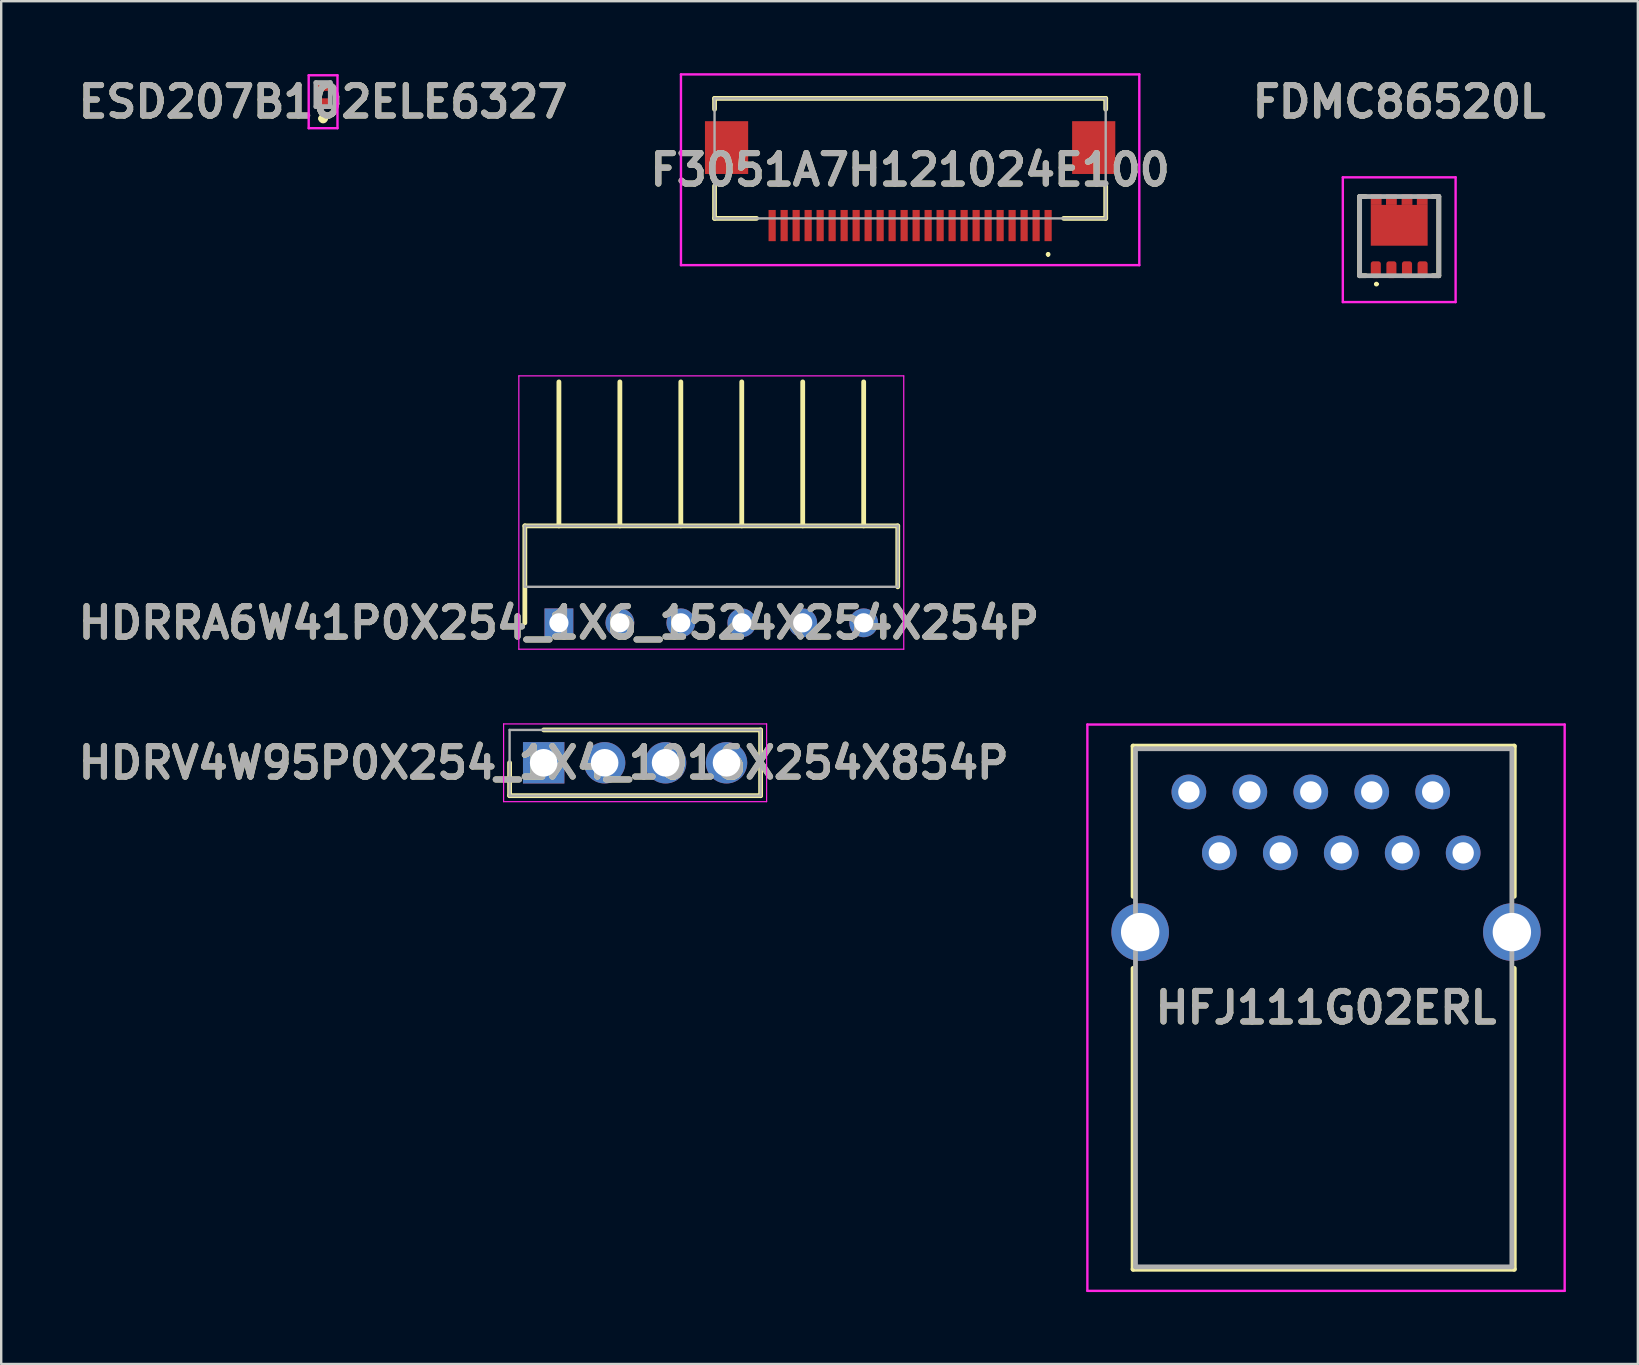
<source format=kicad_pcb>
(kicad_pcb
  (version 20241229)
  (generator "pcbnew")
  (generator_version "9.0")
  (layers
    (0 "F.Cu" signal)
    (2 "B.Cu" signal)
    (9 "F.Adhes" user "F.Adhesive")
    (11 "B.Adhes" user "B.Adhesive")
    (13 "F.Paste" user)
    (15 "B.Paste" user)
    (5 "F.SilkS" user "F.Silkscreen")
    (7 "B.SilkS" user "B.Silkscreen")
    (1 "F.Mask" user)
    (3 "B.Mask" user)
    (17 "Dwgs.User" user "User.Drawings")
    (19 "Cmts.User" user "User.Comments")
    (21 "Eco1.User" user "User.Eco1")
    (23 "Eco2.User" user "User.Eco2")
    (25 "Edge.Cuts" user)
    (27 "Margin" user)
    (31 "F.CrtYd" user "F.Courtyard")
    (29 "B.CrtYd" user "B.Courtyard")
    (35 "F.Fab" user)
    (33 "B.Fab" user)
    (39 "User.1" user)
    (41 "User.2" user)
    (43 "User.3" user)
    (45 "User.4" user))
  (footprint "HDRV4W95P0X254_1X4_1016X254X854P"
    (layer "F.Cu")
    (at 19.606 28.737)
    (property "Reference" "HDRV4W95P0X254_1X4_1016X254X854P" (at 0 0 0) (layer "F.SilkS") (effects (font (size 1.27 1.27) (thickness 0.254))))
    (attr through_hole)
    (fp_line (start -1.42 0) (end -1.42 1.37) (stroke (width 0.2) (type solid)) (layer "F.SilkS"))
    (fp_line (start -1.42 1.37) (end 9.04 1.37) (stroke (width 0.2) (type solid)) (layer "F.SilkS"))
    (fp_line (start 9.04 -1.37) (end 0 -1.37) (stroke (width 0.2) (type solid)) (layer "F.SilkS"))
    (fp_line (start 9.04 1.37) (end 9.04 -1.37) (stroke (width 0.2) (type solid)) (layer "F.SilkS"))
    (fp_line (start -1.67 -1.62) (end 9.29 -1.62) (stroke (width 0.05) (type solid)) (layer "F.CrtYd"))
    (fp_line (start -1.67 1.62) (end -1.67 -1.62) (stroke (width 0.05) (type solid)) (layer "F.CrtYd"))
    (fp_line (start 9.29 -1.62) (end 9.29 1.62) (stroke (width 0.05) (type solid)) (layer "F.CrtYd"))
    (fp_line (start 9.29 1.62) (end -1.67 1.62) (stroke (width 0.05) (type solid)) (layer "F.CrtYd"))
    (fp_line (start -1.42 -1.37) (end 9.04 -1.37) (stroke (width 0.1) (type solid)) (layer "F.Fab"))
    (fp_line (start -1.42 1.37) (end -1.42 -1.37) (stroke (width 0.1) (type solid)) (layer "F.Fab"))
    (fp_line (start 9.04 -1.37) (end 9.04 1.37) (stroke (width 0.1) (type solid)) (layer "F.Fab"))
    (fp_line (start 9.04 1.37) (end -1.42 1.37) (stroke (width 0.1) (type solid)) (layer "F.Fab"))
    (fp_text user "${REFERENCE}" (at 0 0 0) (layer "F.Fab") (effects (font (size 1.27 1.27) (thickness 0.254))))
    (pad "1" thru_hole rect (at 0 0) (size 1.725 1.725) (drill 1.15) (layers "*.Cu" "*.Mask"))
    (pad "2" thru_hole circle (at 2.54 0) (size 1.725 1.725) (drill 1.15) (layers "*.Cu" "*.Mask"))
    (pad "3" thru_hole circle (at 5.08 0) (size 1.725 1.725) (drill 1.15) (layers "*.Cu" "*.Mask"))
    (pad "4" thru_hole circle (at 7.62 0) (size 1.725 1.725) (drill 1.15) (layers "*.Cu" "*.Mask")))
  (footprint "HFJ111G02ERL"
    (layer "F.Cu")
    (at 52.208 29.952)
    (property "Reference" "HFJ111G02ERL" (at 0 8.99 0) (layer "F.SilkS") (effects (font (size 1.27 1.27) (thickness 0.254))))
    (attr through_hole)
    (fp_line (start -8.04 -1.91) (end -8.04 4.35) (stroke (width 0.2) (type solid)) (layer "F.SilkS"))
    (fp_line (start -8.04 19.89) (end -8.04 7.35) (stroke (width 0.2) (type solid)) (layer "F.SilkS"))
    (fp_line (start 7.845 -1.91) (end -8.04 -1.91) (stroke (width 0.2) (type solid)) (layer "F.SilkS"))
    (fp_line (start 7.845 4.35) (end 7.845 -1.91) (stroke (width 0.2) (type solid)) (layer "F.SilkS"))
    (fp_line (start 7.845 7.35) (end 7.845 19.89) (stroke (width 0.2) (type solid)) (layer "F.SilkS"))
    (fp_line (start 7.845 19.89) (end -8.04 19.89) (stroke (width 0.2) (type solid)) (layer "F.SilkS"))
    (fp_line (start -9.945 -2.81) (end 9.945 -2.81) (stroke (width 0.1) (type solid)) (layer "F.CrtYd"))
    (fp_line (start -9.945 20.79) (end -9.945 -2.81) (stroke (width 0.1) (type solid)) (layer "F.CrtYd"))
    (fp_line (start 9.945 -2.81) (end 9.945 20.79) (stroke (width 0.1) (type solid)) (layer "F.CrtYd"))
    (fp_line (start 9.945 20.79) (end -9.945 20.79) (stroke (width 0.1) (type solid)) (layer "F.CrtYd"))
    (fp_line (start -7.94 -1.8) (end 7.745 -1.8) (stroke (width 0.2) (type solid)) (layer "F.Fab"))
    (fp_line (start -7.94 19.79) (end -7.94 -1.8) (stroke (width 0.2) (type solid)) (layer "F.Fab"))
    (fp_line (start 7.745 -1.8) (end 7.745 19.79) (stroke (width 0.2) (type solid)) (layer "F.Fab"))
    (fp_line (start 7.745 19.79) (end -7.94 19.79) (stroke (width 0.2) (type solid)) (layer "F.Fab"))
    (fp_text user "${REFERENCE}" (at 0 8.99 0) (layer "F.Fab") (effects (font (size 1.27 1.27) (thickness 0.254))))
    (pad "" np_thru_hole circle (at -5.715 8.89) (size 0.001 0.001) (drill 3.25) (layers "*.Cu" "*.Mask"))
    (pad "" np_thru_hole circle (at 5.715 8.89) (size 0.001 0.001) (drill 3.25) (layers "*.Cu" "*.Mask"))
    (pad "MH1" thru_hole circle (at -7.745 5.84) (size 2.4 2.4) (drill 1.6) (layers "*.Cu" "*.Mask"))
    (pad "MH2" thru_hole circle (at 7.745 5.84) (size 2.4 2.4) (drill 1.6) (layers "*.Cu" "*.Mask"))
    (pad "P1" thru_hole circle (at -5.715 0) (size 1.446 1.446) (drill 0.89) (layers "*.Cu" "*.Mask"))
    (pad "P2" thru_hole circle (at -4.445 2.54) (size 1.446 1.446) (drill 0.89) (layers "*.Cu" "*.Mask"))
    (pad "P3" thru_hole circle (at -3.175 0) (size 1.446 1.446) (drill 0.89) (layers "*.Cu" "*.Mask"))
    (pad "P4" thru_hole circle (at -1.905 2.54) (size 1.446 1.446) (drill 0.89) (layers "*.Cu" "*.Mask"))
    (pad "P5" thru_hole circle (at -0.635 0) (size 1.446 1.446) (drill 0.89) (layers "*.Cu" "*.Mask"))
    (pad "P6" thru_hole circle (at 0.635 2.54) (size 1.446 1.446) (drill 0.89) (layers "*.Cu" "*.Mask"))
    (pad "P7" thru_hole circle (at 1.905 0) (size 1.446 1.446) (drill 0.89) (layers "*.Cu" "*.Mask"))
    (pad "P8" thru_hole circle (at 3.175 2.54) (size 1.446 1.446) (drill 0.89) (layers "*.Cu" "*.Mask"))
    (pad "P9" thru_hole circle (at 4.445 0) (size 1.446 1.446) (drill 0.89) (layers "*.Cu" "*.Mask"))
    (pad "P10" thru_hole circle (at 5.715 2.54) (size 1.446 1.446) (drill 0.89) (layers "*.Cu" "*.Mask")))
  (footprint "ESD207B102ELE6327"
    (layer "F.Cu")
    (at 10.414 0.892)
    (property "Reference" "ESD207B102ELE6327" (at 0 0.297 0) (layer "F.SilkS") (effects (font (size 1.27 1.27) (thickness 0.254))))
    (attr smd)
    (fp_line (start -0.1 1) (end -0.1 1) (stroke (width 0.2) (type solid)) (layer "F.SilkS"))
    (fp_line (start 0.1 1) (end 0.1 1) (stroke (width 0.2) (type solid)) (layer "F.SilkS"))
    (fp_arc (start -0.1 1) (mid 0 0.9) (end 0.1 1) (stroke (width 0.2) (type solid)) (layer "F.SilkS"))
    (fp_arc (start 0.1 1) (mid 0 1.1) (end -0.1 1) (stroke (width 0.2) (type solid)) (layer "F.SilkS"))
    (fp_line (start -0.6 -0.805) (end 0.6 -0.805) (stroke (width 0.1) (type solid)) (layer "F.CrtYd"))
    (fp_line (start -0.6 1.4) (end -0.6 -0.805) (stroke (width 0.1) (type solid)) (layer "F.CrtYd"))
    (fp_line (start 0.6 -0.805) (end 0.6 1.4) (stroke (width 0.1) (type solid)) (layer "F.CrtYd"))
    (fp_line (start 0.6 1.4) (end -0.6 1.4) (stroke (width 0.1) (type solid)) (layer "F.CrtYd"))
    (fp_line (start -0.3 -0.5) (end 0.3 -0.5) (stroke (width 0.2) (type solid)) (layer "F.Fab"))
    (fp_line (start -0.3 0.5) (end -0.3 -0.5) (stroke (width 0.2) (type solid)) (layer "F.Fab"))
    (fp_line (start 0.3 -0.5) (end 0.3 0.5) (stroke (width 0.2) (type solid)) (layer "F.Fab"))
    (fp_line (start 0.3 0.5) (end -0.3 0.5) (stroke (width 0.2) (type solid)) (layer "F.Fab"))
    (fp_text user "${REFERENCE}" (at 0 0.297 0) (layer "F.Fab") (effects (font (size 1.27 1.27) (thickness 0.254))))
    (pad "1" smd rect (at 0 0.33 90) (size 0.35 0.6) (layers "F.Cu" "F.Mask" "F.Paste"))
    (pad "2" smd rect (at 0 -0.33 90) (size 0.35 0.6) (layers "F.Cu" "F.Mask" "F.Paste")))
  (footprint "F3051A7H121024E100"
    (layer "F.Cu")
    (at 34.877 3.7)
    (property "Reference" "F3051A7H121024E100" (at 0 0.325 0) (layer "F.SilkS") (effects (font (size 1.27 1.27) (thickness 0.254))))
    (attr smd)
    (fp_line (start -8.15 -2.65) (end 8.15 -2.65) (stroke (width 0.2) (type solid)) (layer "F.SilkS"))
    (fp_line (start -8.15 -2.2) (end -8.15 -2.65) (stroke (width 0.2) (type solid)) (layer "F.SilkS"))
    (fp_line (start -8.15 2.35) (end -8.15 1) (stroke (width 0.2) (type solid)) (layer "F.SilkS"))
    (fp_line (start -6.4 2.35) (end -8.15 2.35) (stroke (width 0.2) (type solid)) (layer "F.SilkS"))
    (fp_line (start 5.75 3.8) (end 5.75 3.8) (stroke (width 0.1) (type solid)) (layer "F.SilkS"))
    (fp_line (start 5.75 3.9) (end 5.75 3.9) (stroke (width 0.1) (type solid)) (layer "F.SilkS"))
    (fp_line (start 6.4 2.35) (end 8.15 2.35) (stroke (width 0.2) (type solid)) (layer "F.SilkS"))
    (fp_line (start 8.15 -2.65) (end 8.15 -2.2) (stroke (width 0.2) (type solid)) (layer "F.SilkS"))
    (fp_line (start 8.15 2.35) (end 8.15 1) (stroke (width 0.2) (type solid)) (layer "F.SilkS"))
    (fp_arc (start 5.75 3.8) (mid 5.8 3.85) (end 5.75 3.9) (stroke (width 0.1) (type solid)) (layer "F.SilkS"))
    (fp_arc (start 5.75 3.9) (mid 5.7 3.85) (end 5.75 3.8) (stroke (width 0.1) (type solid)) (layer "F.SilkS"))
    (fp_line (start -9.55 -3.65) (end 9.55 -3.65) (stroke (width 0.1) (type solid)) (layer "F.CrtYd"))
    (fp_line (start -9.55 4.3) (end -9.55 -3.65) (stroke (width 0.1) (type solid)) (layer "F.CrtYd"))
    (fp_line (start 9.55 -3.65) (end 9.55 4.3) (stroke (width 0.1) (type solid)) (layer "F.CrtYd"))
    (fp_line (start 9.55 4.3) (end -9.55 4.3) (stroke (width 0.1) (type solid)) (layer "F.CrtYd"))
    (fp_line (start -8.15 -2.65) (end -8.15 2.35) (stroke (width 0.1) (type solid)) (layer "F.Fab"))
    (fp_line (start -8.15 2.35) (end 8.15 2.35) (stroke (width 0.1) (type solid)) (layer "F.Fab"))
    (fp_line (start 8.15 -2.65) (end -8.15 -2.65) (stroke (width 0.1) (type solid)) (layer "F.Fab"))
    (fp_line (start 8.15 2.35) (end 8.15 -2.65) (stroke (width 0.1) (type solid)) (layer "F.Fab"))
    (fp_text user "${REFERENCE}" (at 0 0.325 0) (layer "F.Fab") (effects (font (size 1.27 1.27) (thickness 0.254))))
    (pad "1" smd rect (at 5.75 2.65) (size 0.3 1.3) (layers "F.Cu" "F.Mask" "F.Paste"))
    (pad "2" smd rect (at 5.25 2.65) (size 0.3 1.3) (layers "F.Cu" "F.Mask" "F.Paste"))
    (pad "3" smd rect (at 4.75 2.65) (size 0.3 1.3) (layers "F.Cu" "F.Mask" "F.Paste"))
    (pad "4" smd rect (at 4.25 2.65) (size 0.3 1.3) (layers "F.Cu" "F.Mask" "F.Paste"))
    (pad "5" smd rect (at 3.75 2.65) (size 0.3 1.3) (layers "F.Cu" "F.Mask" "F.Paste"))
    (pad "6" smd rect (at 3.25 2.65) (size 0.3 1.3) (layers "F.Cu" "F.Mask" "F.Paste"))
    (pad "7" smd rect (at 2.75 2.65) (size 0.3 1.3) (layers "F.Cu" "F.Mask" "F.Paste"))
    (pad "8" smd rect (at 2.25 2.65) (size 0.3 1.3) (layers "F.Cu" "F.Mask" "F.Paste"))
    (pad "9" smd rect (at 1.75 2.65) (size 0.3 1.3) (layers "F.Cu" "F.Mask" "F.Paste"))
    (pad "10" smd rect (at 1.25 2.65) (size 0.3 1.3) (layers "F.Cu" "F.Mask" "F.Paste"))
    (pad "11" smd rect (at 0.75 2.65) (size 0.3 1.3) (layers "F.Cu" "F.Mask" "F.Paste"))
    (pad "12" smd rect (at 0.25 2.65) (size 0.3 1.3) (layers "F.Cu" "F.Mask" "F.Paste"))
    (pad "13" smd rect (at -0.25 2.65) (size 0.3 1.3) (layers "F.Cu" "F.Mask" "F.Paste"))
    (pad "14" smd rect (at -0.75 2.65) (size 0.3 1.3) (layers "F.Cu" "F.Mask" "F.Paste"))
    (pad "15" smd rect (at -1.25 2.65) (size 0.3 1.3) (layers "F.Cu" "F.Mask" "F.Paste"))
    (pad "16" smd rect (at -1.75 2.65) (size 0.3 1.3) (layers "F.Cu" "F.Mask" "F.Paste"))
    (pad "17" smd rect (at -2.25 2.65) (size 0.3 1.3) (layers "F.Cu" "F.Mask" "F.Paste"))
    (pad "18" smd rect (at -2.75 2.65) (size 0.3 1.3) (layers "F.Cu" "F.Mask" "F.Paste"))
    (pad "19" smd rect (at -3.25 2.65) (size 0.3 1.3) (layers "F.Cu" "F.Mask" "F.Paste"))
    (pad "20" smd rect (at -3.75 2.65) (size 0.3 1.3) (layers "F.Cu" "F.Mask" "F.Paste"))
    (pad "21" smd rect (at -4.25 2.65) (size 0.3 1.3) (layers "F.Cu" "F.Mask" "F.Paste"))
    (pad "22" smd rect (at -4.75 2.65) (size 0.3 1.3) (layers "F.Cu" "F.Mask" "F.Paste"))
    (pad "23" smd rect (at -5.25 2.65) (size 0.3 1.3) (layers "F.Cu" "F.Mask" "F.Paste"))
    (pad "24" smd rect (at -5.75 2.65) (size 0.3 1.3) (layers "F.Cu" "F.Mask" "F.Paste"))
    (pad "MP1" smd rect (at 7.65 -0.6) (size 1.8 2.2) (layers "F.Cu" "F.Mask" "F.Paste"))
    (pad "MP2" smd rect (at -7.65 -0.6) (size 1.8 2.2) (layers "F.Cu" "F.Mask" "F.Paste")))
  (footprint "FDMC86520L"
    (layer "F.Cu")
    (at 55.258 6.939)
    (property "Reference" "FDMC86520L" (at 0 -5.75 0) (layer "F.SilkS") (effects (font (size 1.27 1.27) (thickness 0.254))))
    (attr smd)
    (fp_line (start -1.65 -1.8) (end -1.65 1.5) (stroke (width 0.2) (type solid)) (layer "F.SilkS"))
    (fp_line (start -1.65 1.5) (end -1.4 1.5) (stroke (width 0.2) (type solid)) (layer "F.SilkS"))
    (fp_line (start -1.4 -1.8) (end -1.65 -1.8) (stroke (width 0.2) (type solid)) (layer "F.SilkS"))
    (fp_line (start -1 1.85) (end -1 1.85) (stroke (width 0.1) (type solid)) (layer "F.SilkS"))
    (fp_line (start -0.9 1.85) (end -0.9 1.85) (stroke (width 0.1) (type solid)) (layer "F.SilkS"))
    (fp_line (start 1.4 -1.8) (end 1.65 -1.8) (stroke (width 0.2) (type solid)) (layer "F.SilkS"))
    (fp_line (start 1.65 -1.8) (end 1.65 1.5) (stroke (width 0.2) (type solid)) (layer "F.SilkS"))
    (fp_line (start 1.65 1.5) (end 1.4 1.5) (stroke (width 0.2) (type solid)) (layer "F.SilkS"))
    (fp_arc (start -1 1.85) (mid -0.95 1.8) (end -0.9 1.85) (stroke (width 0.1) (type solid)) (layer "F.SilkS"))
    (fp_arc (start -0.9 1.85) (mid -0.95 1.9) (end -1 1.85) (stroke (width 0.1) (type solid)) (layer "F.SilkS"))
    (fp_line (start -2.35 -2.6) (end 2.35 -2.6) (stroke (width 0.1) (type solid)) (layer "F.CrtYd"))
    (fp_line (start -2.35 2.6) (end -2.35 -2.6) (stroke (width 0.1) (type solid)) (layer "F.CrtYd"))
    (fp_line (start 2.35 -2.6) (end 2.35 2.6) (stroke (width 0.1) (type solid)) (layer "F.CrtYd"))
    (fp_line (start 2.35 2.6) (end -2.35 2.6) (stroke (width 0.1) (type solid)) (layer "F.CrtYd"))
    (fp_line (start -1.65 -1.8) (end 1.65 -1.8) (stroke (width 0.2) (type solid)) (layer "F.Fab"))
    (fp_line (start -1.65 1.5) (end -1.65 -1.8) (stroke (width 0.2) (type solid)) (layer "F.Fab"))
    (fp_line (start 1.65 -1.8) (end 1.65 1.5) (stroke (width 0.2) (type solid)) (layer "F.Fab"))
    (fp_line (start 1.65 1.5) (end -1.65 1.5) (stroke (width 0.2) (type solid)) (layer "F.Fab"))
    (fp_text user "${REFERENCE}" (at 0 -5.75 0) (layer "F.Fab") (effects (font (size 1.27 1.27) (thickness 0.254))))
    (pad "1" smd roundrect (at -0.975 1.25) (size 0.42 0.7) (layers "F.Cu" "F.Mask" "F.Paste") (roundrect_rratio 0.25))
    (pad "2" smd roundrect (at -0.325 1.25) (size 0.42 0.7) (layers "F.Cu" "F.Mask" "F.Paste") (roundrect_rratio 0.25))
    (pad "3" smd roundrect (at 0.325 1.25) (size 0.42 0.7) (layers "F.Cu" "F.Mask" "F.Paste") (roundrect_rratio 0.25))
    (pad "4" smd roundrect (at 0.975 1.25) (size 0.42 0.7) (layers "F.Cu" "F.Mask" "F.Paste") (roundrect_rratio 0.25))
    (pad "5" smd rect (at 0.96 -1.675 90) (size 0.45 0.45) (layers "F.Cu" "F.Mask" "F.Paste"))
    (pad "6" smd rect (at 0.325 -1.675 90) (size 0.45 0.45) (layers "F.Cu" "F.Mask" "F.Paste"))
    (pad "7" smd rect (at -0.325 -1.675 90) (size 0.45 0.45) (layers "F.Cu" "F.Mask" "F.Paste"))
    (pad "8" smd rect (at -0.96 -1.675 90) (size 0.45 0.45) (layers "F.Cu" "F.Mask" "F.Paste"))
    (pad "9" smd rect (at 0 -0.6 90) (size 1.7 2.37) (layers "F.Cu" "F.Mask" "F.Paste")))
  (footprint "HDRRA6W41P0X254_1X6_1524X254X254P"
    (layer "F.Cu")
    (at 20.241 22.904)
    (property "Reference" "HDRRA6W41P0X254_1X6_1524X254X254P" (at 0 0 0) (layer "F.SilkS") (effects (font (size 1.27 1.27) (thickness 0.254))))
    (attr through_hole)
    (fp_line (start -1.42 -4.04) (end 14.12 -4.04) (stroke (width 0.2) (type solid)) (layer "F.SilkS"))
    (fp_line (start -1.42 0) (end -1.42 -4.04) (stroke (width 0.2) (type solid)) (layer "F.SilkS"))
    (fp_line (start 0 -4.04) (end 0 -10.04) (stroke (width 0.2) (type solid)) (layer "F.SilkS"))
    (fp_line (start 2.54 -4.04) (end 2.54 -10.04) (stroke (width 0.2) (type solid)) (layer "F.SilkS"))
    (fp_line (start 5.08 -4.04) (end 5.08 -10.04) (stroke (width 0.2) (type solid)) (layer "F.SilkS"))
    (fp_line (start 7.62 -4.04) (end 7.62 -10.04) (stroke (width 0.2) (type solid)) (layer "F.SilkS"))
    (fp_line (start 10.16 -4.04) (end 10.16 -10.04) (stroke (width 0.2) (type solid)) (layer "F.SilkS"))
    (fp_line (start 12.7 -4.04) (end 12.7 -10.04) (stroke (width 0.2) (type solid)) (layer "F.SilkS"))
    (fp_line (start 14.12 -4.04) (end 14.12 -1.5) (stroke (width 0.2) (type solid)) (layer "F.SilkS"))
    (fp_line (start -1.67 -10.29) (end -1.67 1.1) (stroke (width 0.05) (type solid)) (layer "F.CrtYd"))
    (fp_line (start -1.67 1.1) (end 14.37 1.1) (stroke (width 0.05) (type solid)) (layer "F.CrtYd"))
    (fp_line (start 14.37 -10.29) (end -1.67 -10.29) (stroke (width 0.05) (type solid)) (layer "F.CrtYd"))
    (fp_line (start 14.37 1.1) (end 14.37 -10.29) (stroke (width 0.05) (type solid)) (layer "F.CrtYd"))
    (fp_line (start -1.42 -4.04) (end 14.12 -4.04) (stroke (width 0.1) (type solid)) (layer "F.Fab"))
    (fp_line (start -1.42 -1.5) (end -1.42 -4.04) (stroke (width 0.1) (type solid)) (layer "F.Fab"))
    (fp_line (start 14.12 -4.04) (end 14.12 -1.5) (stroke (width 0.1) (type solid)) (layer "F.Fab"))
    (fp_line (start 14.12 -1.5) (end -1.42 -1.5) (stroke (width 0.1) (type solid)) (layer "F.Fab"))
    (fp_text user "${REFERENCE}" (at 0 0 0) (layer "F.Fab") (effects (font (size 1.27 1.27) (thickness 0.254))))
    (pad "1" thru_hole rect (at 0 0) (size 1.2 1.2) (drill 0.8) (layers "*.Cu" "*.Mask"))
    (pad "2" thru_hole circle (at 2.54 0) (size 1.2 1.2) (drill 0.8) (layers "*.Cu" "*.Mask"))
    (pad "3" thru_hole circle (at 5.08 0) (size 1.2 1.2) (drill 0.8) (layers "*.Cu" "*.Mask"))
    (pad "4" thru_hole circle (at 7.62 0) (size 1.2 1.2) (drill 0.8) (layers "*.Cu" "*.Mask"))
    (pad "5" thru_hole circle (at 10.16 0) (size 1.2 1.2) (drill 0.8) (layers "*.Cu" "*.Mask"))
    (pad "6" thru_hole circle (at 12.7 0) (size 1.2 1.2) (drill 0.8) (layers "*.Cu" "*.Mask")))
  (gr_rect
    (start -3 -3)
    (end 65.203 53.792)
    (stroke (width 0.1) (type default))
    (fill no)
    (layer "Edge.Cuts")))
</source>
